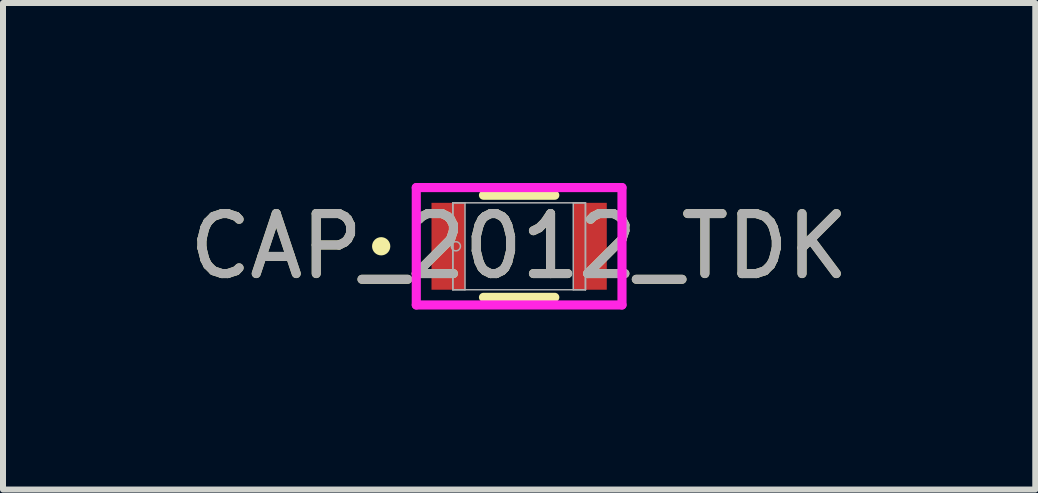
<source format=kicad_pcb>
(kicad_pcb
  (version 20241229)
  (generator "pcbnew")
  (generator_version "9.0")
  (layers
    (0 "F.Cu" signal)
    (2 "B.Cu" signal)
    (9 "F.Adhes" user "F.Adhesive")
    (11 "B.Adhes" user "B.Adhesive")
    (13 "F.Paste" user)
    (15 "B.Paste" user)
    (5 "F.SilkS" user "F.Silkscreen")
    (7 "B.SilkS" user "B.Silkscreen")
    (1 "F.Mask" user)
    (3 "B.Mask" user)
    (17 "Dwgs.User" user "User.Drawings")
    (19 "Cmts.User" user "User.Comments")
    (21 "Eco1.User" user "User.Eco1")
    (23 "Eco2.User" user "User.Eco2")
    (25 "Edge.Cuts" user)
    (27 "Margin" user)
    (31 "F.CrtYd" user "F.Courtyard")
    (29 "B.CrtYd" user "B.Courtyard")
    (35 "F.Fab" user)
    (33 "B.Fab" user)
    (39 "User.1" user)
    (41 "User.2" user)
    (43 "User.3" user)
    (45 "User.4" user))
  (footprint "CAP_2012_TDK"
    (layer "F.Cu")
    (at 5.601 1.054)
    (property "Reference" "CAP_2012_TDK" (at 0 0 0) (unlocked yes) (layer "F.SilkS") (effects (font (size 1 1) (thickness 0.15))))
    (attr smd)
    (fp_line (start -0.594 0.851) (end 0.594 0.851) (stroke (width 0.152) (type solid)) (layer "F.SilkS"))
    (fp_line (start 0.594 -0.851) (end -0.594 -0.851) (stroke (width 0.152) (type solid)) (layer "F.SilkS"))
    (fp_circle (center -2.299 0) (end -2.223 0) (stroke (width 0.152) (type solid)) (fill no) (layer "F.SilkS"))
    (fp_line (start -1.714 -0.978) (end 1.714 -0.978) (stroke (width 0.152) (type solid)) (layer "F.CrtYd"))
    (fp_line (start -1.714 0.978) (end -1.714 -0.978) (stroke (width 0.152) (type solid)) (layer "F.CrtYd"))
    (fp_line (start 1.714 -0.978) (end 1.714 0.978) (stroke (width 0.152) (type solid)) (layer "F.CrtYd"))
    (fp_line (start 1.714 0.978) (end -1.714 0.978) (stroke (width 0.152) (type solid)) (layer "F.CrtYd"))
    (fp_line (start -1.105 -0.724) (end -1.105 0.724) (stroke (width 0.025) (type solid)) (layer "F.Fab"))
    (fp_line (start -1.105 -0.724) (end -1.105 0.724) (stroke (width 0.025) (type solid)) (layer "F.Fab"))
    (fp_line (start -1.105 0.724) (end -0.902 0.724) (stroke (width 0.025) (type solid)) (layer "F.Fab"))
    (fp_line (start -1.105 0.724) (end 1.105 0.724) (stroke (width 0.025) (type solid)) (layer "F.Fab"))
    (fp_line (start -0.902 -0.724) (end -1.105 -0.724) (stroke (width 0.025) (type solid)) (layer "F.Fab"))
    (fp_line (start -0.902 0.724) (end -0.902 -0.724) (stroke (width 0.025) (type solid)) (layer "F.Fab"))
    (fp_line (start 0.902 -0.724) (end 0.902 0.724) (stroke (width 0.025) (type solid)) (layer "F.Fab"))
    (fp_line (start 0.902 0.724) (end 1.105 0.724) (stroke (width 0.025) (type solid)) (layer "F.Fab"))
    (fp_line (start 1.105 -0.724) (end -1.105 -0.724) (stroke (width 0.025) (type solid)) (layer "F.Fab"))
    (fp_line (start 1.105 -0.724) (end 0.902 -0.724) (stroke (width 0.025) (type solid)) (layer "F.Fab"))
    (fp_line (start 1.105 0.724) (end 1.105 -0.724) (stroke (width 0.025) (type solid)) (layer "F.Fab"))
    (fp_line (start 1.105 0.724) (end 1.105 -0.724) (stroke (width 0.025) (type solid)) (layer "F.Fab"))
    (fp_circle (center -1.054 0) (end -0.978 0) (stroke (width 0.025) (type solid)) (fill no) (layer "F.Fab"))
    (fp_text user "${REFERENCE}" (at 0 0 0) (unlocked yes) (layer "F.Fab") (effects (font (size 1 1) (thickness 0.15))))
    (pad "1" smd rect (at -1.181 0) (size 0.559 1.448) (layers "F.Cu" "F.Mask" "F.Paste"))
    (pad "2" smd rect (at 1.181 0) (size 0.559 1.448) (layers "F.Cu" "F.Mask" "F.Paste"))
    (zone (net_name "") (layer "F.Cu") (hatch full 0.508) (connect_pads) (min_thickness 0.254) (filled_areas_thickness no) (keepout (tracks not_allowed) (vias not_allowed) (pads allowed) (copperpour not_allowed) (footprints allowed)) (placement (enabled no)) (fill) (polygon (pts (xy 4.75 0.381) (xy 6.452 0.381) (xy 6.452 1.727) (xy 4.75 1.727)))))
  (gr_rect
    (start -3 -3)
    (end 14.202 5.108)
    (stroke (width 0.1) (type default))
    (fill no)
    (layer "Edge.Cuts")))
</source>
